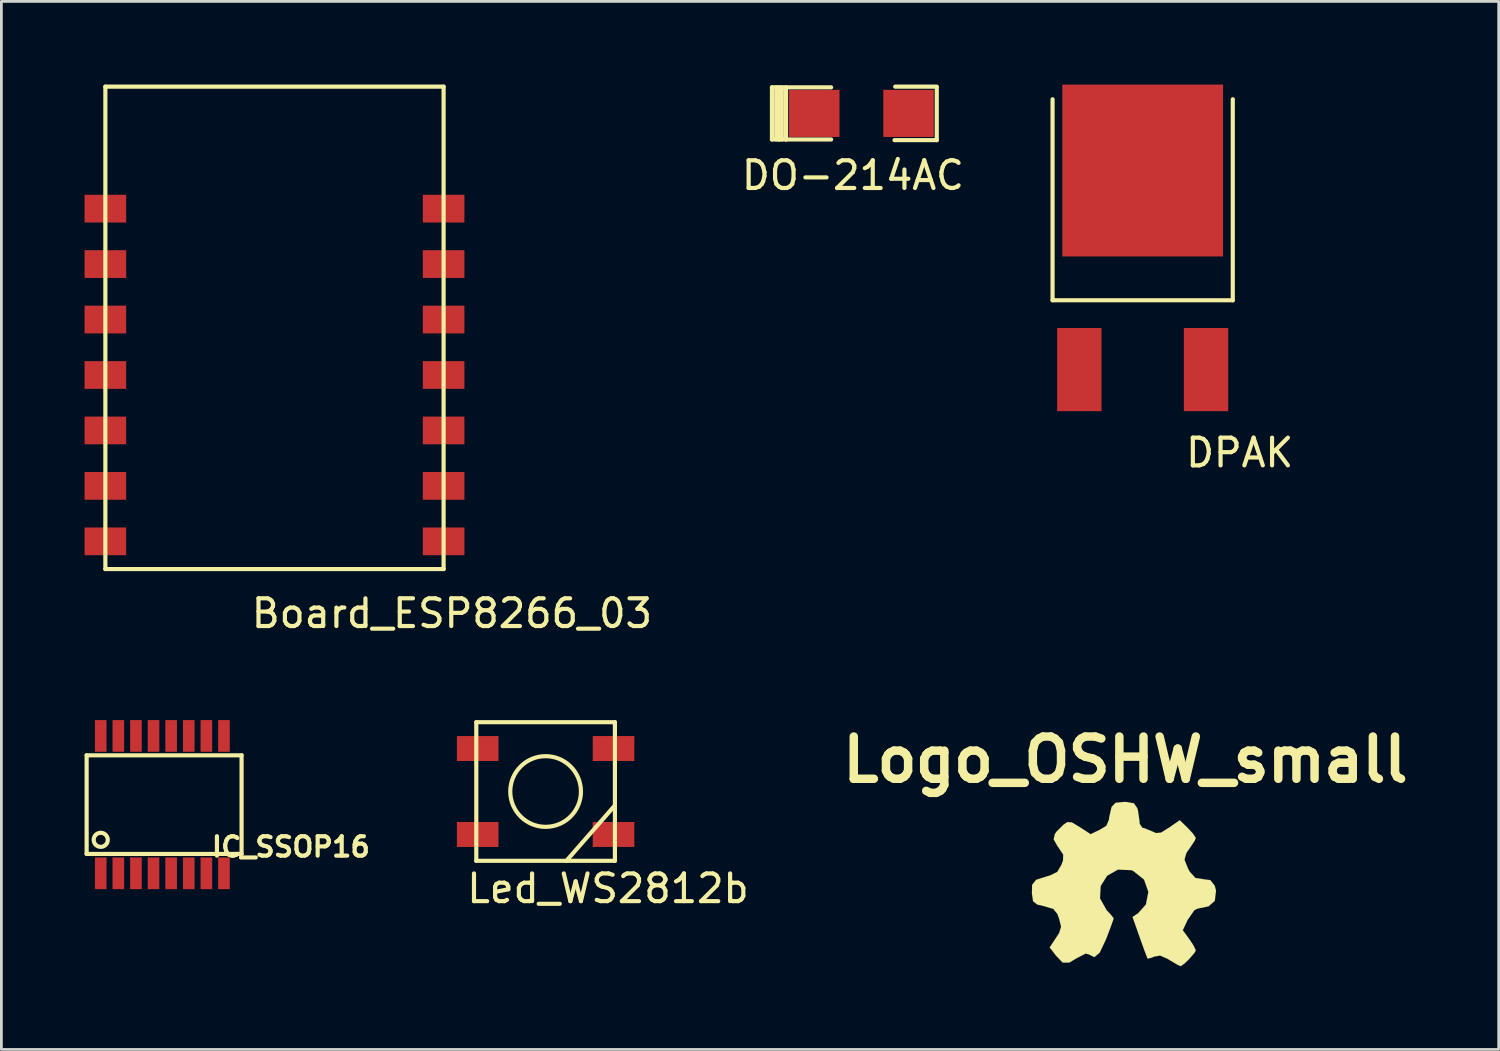
<source format=kicad_pcb>
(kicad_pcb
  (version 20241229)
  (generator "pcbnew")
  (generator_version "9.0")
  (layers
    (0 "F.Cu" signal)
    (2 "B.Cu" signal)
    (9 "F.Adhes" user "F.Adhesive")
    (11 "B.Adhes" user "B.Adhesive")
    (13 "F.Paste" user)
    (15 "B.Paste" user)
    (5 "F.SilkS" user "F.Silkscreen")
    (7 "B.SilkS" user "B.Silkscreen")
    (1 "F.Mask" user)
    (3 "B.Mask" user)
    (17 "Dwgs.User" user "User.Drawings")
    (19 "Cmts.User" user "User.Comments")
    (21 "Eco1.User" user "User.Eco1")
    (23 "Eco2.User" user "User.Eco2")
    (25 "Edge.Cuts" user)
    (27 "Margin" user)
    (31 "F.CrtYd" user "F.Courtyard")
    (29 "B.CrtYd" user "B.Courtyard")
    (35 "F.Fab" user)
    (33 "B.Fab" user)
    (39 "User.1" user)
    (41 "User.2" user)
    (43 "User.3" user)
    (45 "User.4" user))
  (footprint "DPAK"
    (layer "F.Cu")
    (at 38.164 8.78)
    (property "Reference" "DPAK" (at 3.5 4.5 0) (layer "F.SilkS") (effects (font (size 1 1) (thickness 0.15))))
    (attr through_hole)
    (fp_line (start -3.25 -1) (end -3.25 -8.25) (stroke (width 0.15) (type solid)) (layer "F.SilkS"))
    (fp_line (start 3.25 -8.25) (end 3.25 -1) (stroke (width 0.15) (type solid)) (layer "F.SilkS"))
    (fp_line (start 3.25 -1) (end -3.25 -1) (stroke (width 0.15) (type solid)) (layer "F.SilkS"))
    (pad "1" smd rect (at -2.285 1.5) (size 1.6 3) (layers "F.Cu" "F.Mask" "F.Paste"))
    (pad "2" smd rect (at 0 -5.68) (size 5.8 6.2) (layers "F.Cu" "F.Mask" "F.Paste"))
    (pad "3" smd rect (at 2.285 1.5) (size 1.6 3) (layers "F.Cu" "F.Mask" "F.Paste")))
  (footprint "DO-214AC"
    (layer "F.Cu")
    (at 28.019 1.04)
    (property "Reference" "DO-214AC" (at -0.305 2.235 0) (layer "F.SilkS") (effects (font (size 1 1) (thickness 0.15))))
    (attr through_hole)
    (fp_line (start -3.226 -0.94) (end -3.226 0.94) (stroke (width 0.15) (type solid)) (layer "F.SilkS"))
    (fp_line (start -3.226 0.94) (end -2.718 0.94) (stroke (width 0.15) (type solid)) (layer "F.SilkS"))
    (fp_line (start -3.073 0.94) (end -3.073 -0.94) (stroke (width 0.15) (type solid)) (layer "F.SilkS"))
    (fp_line (start -2.972 -0.94) (end -2.972 0.94) (stroke (width 0.15) (type solid)) (layer "F.SilkS"))
    (fp_line (start -2.972 0.94) (end -2.946 -0.66) (stroke (width 0.15) (type solid)) (layer "F.SilkS"))
    (fp_line (start -2.87 -0.94) (end -2.87 0.94) (stroke (width 0.15) (type solid)) (layer "F.SilkS"))
    (fp_line (start -2.743 -0.94) (end -3.226 -0.94) (stroke (width 0.15) (type solid)) (layer "F.SilkS"))
    (fp_line (start -2.718 -0.94) (end -1.092 -0.94) (stroke (width 0.15) (type solid)) (layer "F.SilkS"))
    (fp_line (start -2.718 0.94) (end -2.718 -0.94) (stroke (width 0.15) (type solid)) (layer "F.SilkS"))
    (fp_line (start -1.092 0.94) (end -2.718 0.94) (stroke (width 0.15) (type solid)) (layer "F.SilkS"))
    (fp_line (start 1.219 -0.965) (end 2.718 -0.965) (stroke (width 0.15) (type solid)) (layer "F.SilkS"))
    (fp_line (start 2.718 -0.94) (end 2.718 0.965) (stroke (width 0.15) (type solid)) (layer "F.SilkS"))
    (fp_line (start 2.718 0.965) (end 1.194 0.965) (stroke (width 0.15) (type solid)) (layer "F.SilkS"))
    (pad "1" smd rect (at -1.7 0) (size 1.82 1.7) (layers "F.Cu" "F.Mask" "F.Paste"))
    (pad "2" smd rect (at 1.7 0) (size 1.82 1.7) (layers "F.Cu" "F.Mask" "F.Paste")))
  (footprint "Led_WS2812b"
    (layer "F.Cu")
    (at 16.629 25.498)
    (property "Reference" "Led_WS2812b" (at 2.25 3.5 0) (layer "F.SilkS") (effects (font (size 1 1) (thickness 0.15))))
    (attr through_hole)
    (fp_line (start -2.5 -2.5) (end 2.5 -2.5) (stroke (width 0.15) (type solid)) (layer "F.SilkS"))
    (fp_line (start -2.5 2.5) (end -2.5 -2.5) (stroke (width 0.15) (type solid)) (layer "F.SilkS"))
    (fp_line (start 0.75 2.5) (end 2.5 0.5) (stroke (width 0.15) (type solid)) (layer "F.SilkS"))
    (fp_line (start 2.5 -2.5) (end 2.5 2.5) (stroke (width 0.15) (type solid)) (layer "F.SilkS"))
    (fp_line (start 2.5 2.5) (end -2.5 2.5) (stroke (width 0.15) (type solid)) (layer "F.SilkS"))
    (fp_circle (center 0 0) (end 0.25 -1.25) (stroke (width 0.15) (type solid)) (fill no) (layer "F.SilkS"))
    (pad "1" smd rect (at -2.45 -1.55) (size 1.5 0.9) (layers "F.Cu" "F.Mask" "F.Paste"))
    (pad "2" smd rect (at -2.45 1.55) (size 1.5 0.9) (layers "F.Cu" "F.Mask" "F.Paste"))
    (pad "3" smd rect (at 2.45 1.55) (size 1.5 0.9) (layers "F.Cu" "F.Mask" "F.Paste"))
    (pad "4" smd rect (at 2.45 -1.55) (size 1.5 0.9) (layers "F.Cu" "F.Mask" "F.Paste")))
  (footprint "Logo_OSHW_small"
    (layer "F.Cu")
    (at 37.541 28.668)
    (property "Reference" "Logo_OSHW_small" (at 0 -4.318 180) (layer "F.SilkS") (effects (font (size 1.524 1.524) (thickness 0.305))))
    (attr through_hole)
    (fp_poly (pts (xy 1.994 3.132) (xy 1.88 3.081) (xy 1.595 2.911) (xy 1.521 2.865) (xy 1.25 2.746) (xy 1.034 2.786) (xy 0.947 2.824) (xy 0.8 2.86) (xy 0.782 2.814) (xy 0.676 2.537) (xy 0.518 2.095) (xy 0.257 1.354) (xy 0.455 1.224) (xy 0.739 0.907) (xy 0.828 0.45) (xy 0.671 0.005) (xy 0.282 -0.305) (xy 0.208 -0.333) (xy -0.269 -0.353) (xy -0.658 -0.132) (xy -0.892 0.239) (xy -0.917 0.683) (xy -0.676 1.113) (xy -0.526 1.27) (xy -0.422 1.405) (xy -0.432 1.438) (xy -0.523 1.697) (xy -0.683 2.118) (xy -0.709 2.182) (xy -0.927 2.642) (xy -1.12 2.804) (xy -1.326 2.703) (xy -1.433 2.675) (xy -1.735 2.83) (xy -2.024 3) (xy -2.263 3) (xy -2.502 2.751) (xy -2.731 2.454) (xy -2.502 2.108) (xy -2.39 1.933) (xy -2.319 1.704) (xy -2.393 1.412) (xy -2.454 1.245) (xy -2.603 1.064) (xy -2.926 0.968) (xy -3.18 0.907) (xy -3.33 0.79) (xy -3.371 0.513) (xy -3.365 0.196) (xy -3.221 0.015) (xy -2.84 -0.107) (xy -2.731 -0.137) (xy -2.459 -0.269) (xy -2.306 -0.528) (xy -2.25 -0.681) (xy -2.243 -0.892) (xy -2.413 -1.151) (xy -2.449 -1.199) (xy -2.588 -1.445) (xy -2.543 -1.636) (xy -2.489 -1.717) (xy -2.233 -1.974) (xy -2.09 -2.068) (xy -1.928 -2.055) (xy -1.638 -1.88) (xy -1.255 -1.631) (xy -0.922 -1.791) (xy -0.688 -1.933) (xy -0.592 -2.154) (xy -0.587 -2.225) (xy -0.508 -2.576) (xy -0.488 -2.626) (xy -0.353 -2.764) (xy -0.041 -2.794) (xy 0.046 -2.791) (xy 0.307 -2.746) (xy 0.424 -2.576) (xy 0.452 -2.489) (xy 0.508 -2.111) (xy 0.516 -2.002) (xy 0.612 -1.862) (xy 0.686 -1.847) (xy 0.958 -1.735) (xy 1.105 -1.671) (xy 1.288 -1.689) (xy 1.58 -1.872) (xy 1.961 -2.134) (xy 2.25 -1.854) (xy 2.431 -1.659) (xy 2.54 -1.494) (xy 2.499 -1.394) (xy 2.327 -1.135) (xy 2.2 -0.955) (xy 2.131 -0.711) (xy 2.256 -0.396) (xy 2.319 -0.279) (xy 2.527 -0.051) (xy 2.857 0) (xy 3.061 0.025) (xy 3.221 0.226) (xy 3.269 0.409) (xy 3.223 0.777) (xy 2.997 0.973) (xy 2.603 1.054) (xy 2.489 1.11) (xy 2.243 1.463) (xy 2.07 1.834) (xy 2.306 2.156) (xy 2.451 2.375) (xy 2.54 2.558) (xy 2.492 2.649) (xy 2.291 2.883) (xy 2.139 3.028) (xy 1.994 3.132)) (stroke (width 0.003) (type solid)) (fill yes) (layer "F.SilkS")))
  (footprint "IC_SSOP16"
    (layer "F.Cu")
    (at 3.123 25.971)
    (property "Reference" "IC_SSOP16" (at 4.318 1.524 0) (layer "F.SilkS") (effects (font (size 0.7 0.7) (thickness 0.15))))
    (attr through_hole)
    (fp_line (start -3.048 -1.778) (end 2.54 -1.778) (stroke (width 0.15) (type solid)) (layer "F.SilkS"))
    (fp_line (start -3.048 1.778) (end -3.048 -1.778) (stroke (width 0.15) (type solid)) (layer "F.SilkS"))
    (fp_line (start 2.54 -1.778) (end 2.54 1.778) (stroke (width 0.15) (type solid)) (layer "F.SilkS"))
    (fp_line (start 2.54 1.778) (end -3.048 1.778) (stroke (width 0.15) (type solid)) (layer "F.SilkS"))
    (fp_circle (center -2.54 1.27) (end -2.54 1.016) (stroke (width 0.15) (type solid)) (fill no) (layer "F.SilkS"))
    (pad "1" smd rect (at -2.54 2.477) (size 0.419 1.143) (layers "F.Cu" "F.Mask" "F.Paste"))
    (pad "2" smd rect (at -1.905 2.477) (size 0.419 1.143) (layers "F.Cu" "F.Mask" "F.Paste"))
    (pad "3" smd rect (at -1.27 2.477) (size 0.419 1.143) (layers "F.Cu" "F.Mask" "F.Paste"))
    (pad "4" smd rect (at -0.635 2.477) (size 0.419 1.143) (layers "F.Cu" "F.Mask" "F.Paste"))
    (pad "5" smd rect (at 0 2.477) (size 0.419 1.143) (layers "F.Cu" "F.Mask" "F.Paste"))
    (pad "6" smd rect (at 0.635 2.477) (size 0.419 1.143) (layers "F.Cu" "F.Mask" "F.Paste"))
    (pad "7" smd rect (at 1.27 2.477) (size 0.419 1.143) (layers "F.Cu" "F.Mask" "F.Paste"))
    (pad "8" smd rect (at 1.905 2.477) (size 0.419 1.143) (layers "F.Cu" "F.Mask" "F.Paste"))
    (pad "9" smd rect (at 1.905 -2.477) (size 0.419 1.143) (layers "F.Cu" "F.Mask" "F.Paste"))
    (pad "10" smd rect (at 1.27 -2.477) (size 0.419 1.143) (layers "F.Cu" "F.Mask" "F.Paste"))
    (pad "11" smd rect (at 0.635 -2.477) (size 0.419 1.143) (layers "F.Cu" "F.Mask" "F.Paste"))
    (pad "12" smd rect (at 0 -2.477) (size 0.419 1.143) (layers "F.Cu" "F.Mask" "F.Paste"))
    (pad "13" smd rect (at -0.635 -2.477) (size 0.419 1.143) (layers "F.Cu" "F.Mask" "F.Paste"))
    (pad "14" smd rect (at -1.27 -2.477) (size 0.419 1.143) (layers "F.Cu" "F.Mask" "F.Paste"))
    (pad "15" smd rect (at -1.905 -2.477) (size 0.419 1.143) (layers "F.Cu" "F.Mask" "F.Paste"))
    (pad "16" smd rect (at -2.54 -2.477) (size 0.419 1.143) (layers "F.Cu" "F.Mask" "F.Paste")))
  (footprint "Board_ESP8266_03"
    (layer "F.Cu")
    (at 6.85 17.475)
    (property "Reference" "Board_ESP8266_03" (at 6.4 1.6 0) (layer "F.SilkS") (effects (font (size 1 1) (thickness 0.15))))
    (attr through_hole)
    (fp_line (start -6.1 -17.4) (end -6.1 0) (stroke (width 0.15) (type solid)) (layer "F.SilkS"))
    (fp_line (start -6.1 -17.4) (end 6.1 -17.4) (stroke (width 0.15) (type solid)) (layer "F.SilkS"))
    (fp_line (start -6.1 0) (end 6.1 0) (stroke (width 0.15) (type solid)) (layer "F.SilkS"))
    (fp_line (start 6.1 -17.4) (end 6.1 0) (stroke (width 0.15) (type solid)) (layer "F.SilkS"))
    (pad "1" smd rect (at 6.1 -1) (size 1.5 1) (layers "F.Cu" "F.Mask" "F.Paste"))
    (pad "2" smd rect (at 6.1 -3) (size 1.5 1) (layers "F.Cu" "F.Mask" "F.Paste"))
    (pad "3" smd rect (at 6.1 -5) (size 1.5 1) (layers "F.Cu" "F.Mask" "F.Paste"))
    (pad "4" smd rect (at 6.1 -7) (size 1.5 1) (layers "F.Cu" "F.Mask" "F.Paste"))
    (pad "5" smd rect (at 6.1 -9) (size 1.5 1) (layers "F.Cu" "F.Mask" "F.Paste"))
    (pad "6" smd rect (at 6.1 -11) (size 1.5 1) (layers "F.Cu" "F.Mask" "F.Paste"))
    (pad "7" smd rect (at 6.1 -13) (size 1.5 1) (layers "F.Cu" "F.Mask" "F.Paste"))
    (pad "8" smd rect (at -6.1 -13) (size 1.5 1) (layers "F.Cu" "F.Mask" "F.Paste"))
    (pad "9" smd rect (at -6.1 -11) (size 1.5 1) (layers "F.Cu" "F.Mask" "F.Paste"))
    (pad "10" smd rect (at -6.1 -9) (size 1.5 1) (layers "F.Cu" "F.Mask" "F.Paste"))
    (pad "11" smd rect (at -6.1 -7) (size 1.5 1) (layers "F.Cu" "F.Mask" "F.Paste"))
    (pad "12" smd rect (at -6.1 -5) (size 1.5 1) (layers "F.Cu" "F.Mask" "F.Paste"))
    (pad "13" smd rect (at -6.1 -3) (size 1.5 1) (layers "F.Cu" "F.Mask" "F.Paste"))
    (pad "14" smd rect (at -6.1 -1) (size 1.5 1) (layers "F.Cu" "F.Mask" "F.Paste")))
  (gr_rect
    (start -3 -3)
    (end 51.005 34.801)
    (stroke (width 0.1) (type default))
    (fill no)
    (layer "Edge.Cuts")))
</source>
